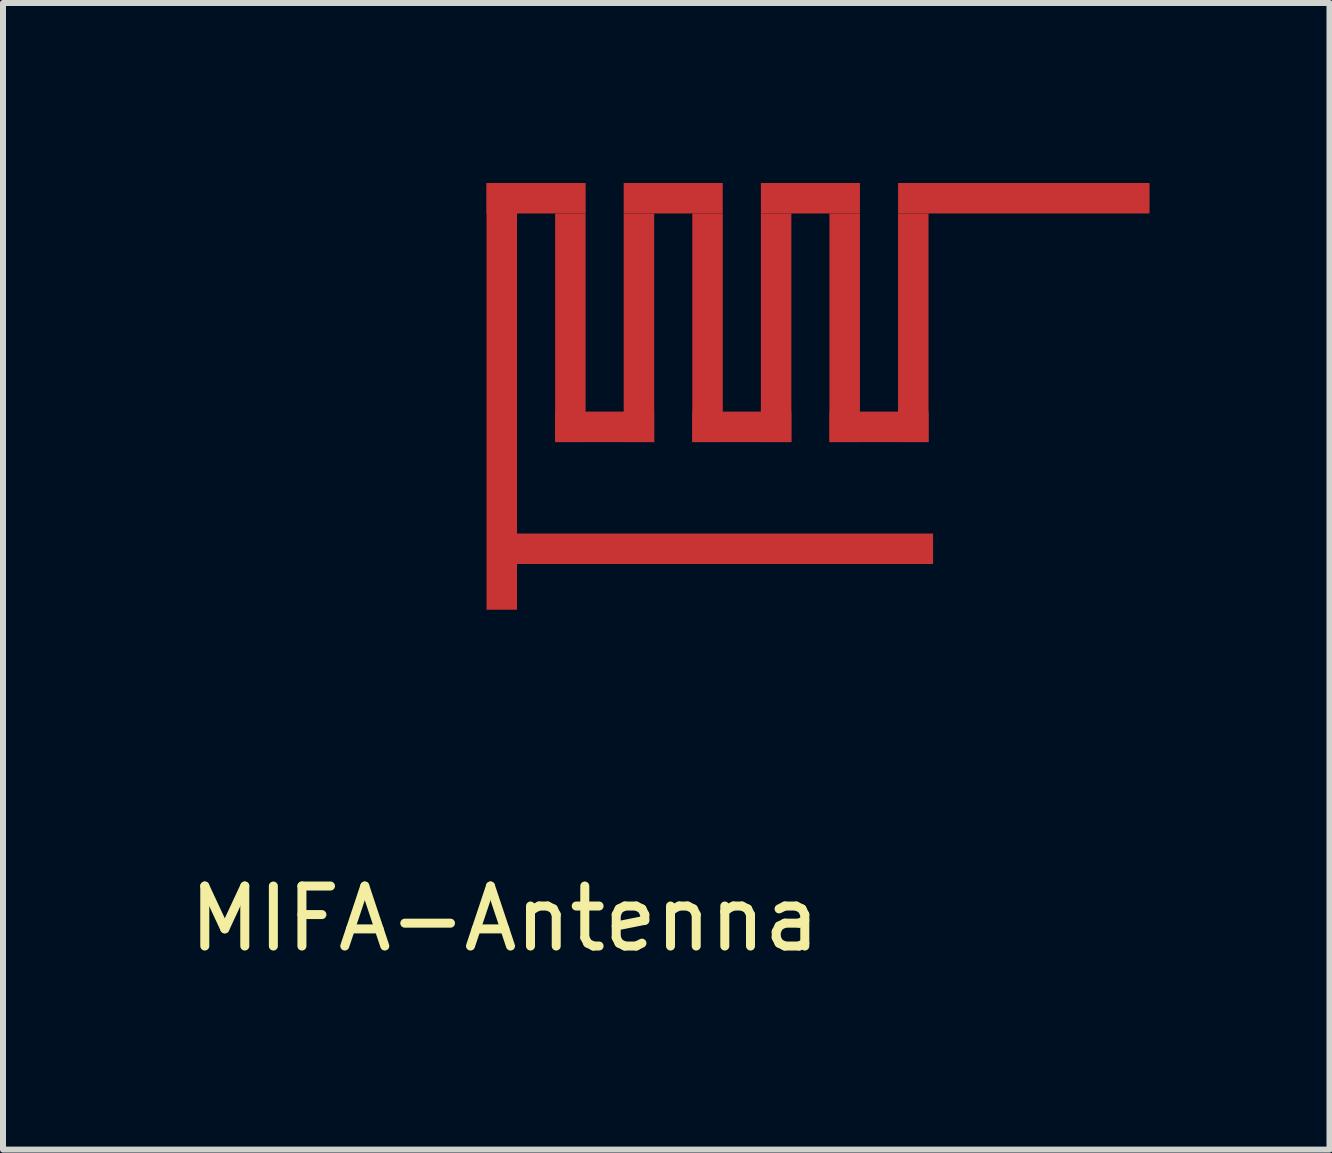
<source format=kicad_pcb>
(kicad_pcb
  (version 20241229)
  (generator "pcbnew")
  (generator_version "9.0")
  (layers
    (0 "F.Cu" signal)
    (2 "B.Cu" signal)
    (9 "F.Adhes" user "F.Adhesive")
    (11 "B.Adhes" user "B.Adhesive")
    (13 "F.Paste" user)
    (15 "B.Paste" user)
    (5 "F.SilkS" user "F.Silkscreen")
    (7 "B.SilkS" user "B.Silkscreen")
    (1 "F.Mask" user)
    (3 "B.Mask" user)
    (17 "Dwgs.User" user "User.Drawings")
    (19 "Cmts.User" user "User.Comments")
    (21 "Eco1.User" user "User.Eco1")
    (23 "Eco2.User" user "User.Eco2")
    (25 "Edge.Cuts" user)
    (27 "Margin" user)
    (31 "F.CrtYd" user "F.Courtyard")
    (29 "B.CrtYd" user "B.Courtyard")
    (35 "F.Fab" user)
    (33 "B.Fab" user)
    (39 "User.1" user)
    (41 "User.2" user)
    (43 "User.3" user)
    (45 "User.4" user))
  (footprint "MIFA-Antenna"
    (layer "F.Cu")
    (at 5.313 7.112)
    (property "Reference" "MIFA-Antenna" (at 0.05 5.15 0) (layer "F.SilkS") (effects (font (size 1 1) (thickness 0.15))))
    (attr through_hole)
    (pad "1" smd rect (at 0 -3.556) (size 0.508 7.112) (layers "F.Cu" "F.Mask" "F.Paste"))
    (pad "2" smd rect (at 3.721 -1.016) (size 6.934 0.508) (layers "F.Cu" "F.Mask" "F.Paste"))
    (pad "3" smd rect (at 0.572 -6.858) (size 1.651 0.508) (layers "F.Cu" "F.Mask" "F.Paste"))
    (pad "3" smd rect (at 1.143 -4.699) (size 0.508 3.81) (layers "F.Cu" "F.Mask" "F.Paste"))
    (pad "3" smd rect (at 1.714 -3.048) (size 1.651 0.508) (layers "F.Cu" "F.Mask" "F.Paste"))
    (pad "3" smd rect (at 2.286 -4.699) (size 0.508 3.81) (layers "F.Cu" "F.Mask" "F.Paste"))
    (pad "3" smd rect (at 2.857 -6.858) (size 1.651 0.508) (layers "F.Cu" "F.Mask" "F.Paste"))
    (pad "3" smd rect (at 3.429 -4.699) (size 0.508 3.81) (layers "F.Cu" "F.Mask" "F.Paste"))
    (pad "3" smd rect (at 4 -3.048) (size 1.651 0.508) (layers "F.Cu" "F.Mask" "F.Paste"))
    (pad "3" smd rect (at 4.572 -4.699) (size 0.508 3.81) (layers "F.Cu" "F.Mask" "F.Paste"))
    (pad "3" smd rect (at 5.144 -6.858) (size 1.651 0.508) (layers "F.Cu" "F.Mask" "F.Paste"))
    (pad "3" smd rect (at 5.715 -4.699) (size 0.508 3.81) (layers "F.Cu" "F.Mask" "F.Paste"))
    (pad "3" smd rect (at 6.287 -3.048) (size 1.651 0.508) (layers "F.Cu" "F.Mask" "F.Paste"))
    (pad "3" smd rect (at 6.858 -4.699) (size 0.508 3.81) (layers "F.Cu" "F.Mask" "F.Paste"))
    (pad "3" smd rect (at 8.7 -6.858) (size 4.191 0.508) (layers "F.Cu" "F.Mask" "F.Paste")))
  (gr_rect
    (start -3 -3)
    (end 19.108 16.11)
    (stroke (width 0.1) (type default))
    (fill no)
    (layer "Edge.Cuts")))
</source>
